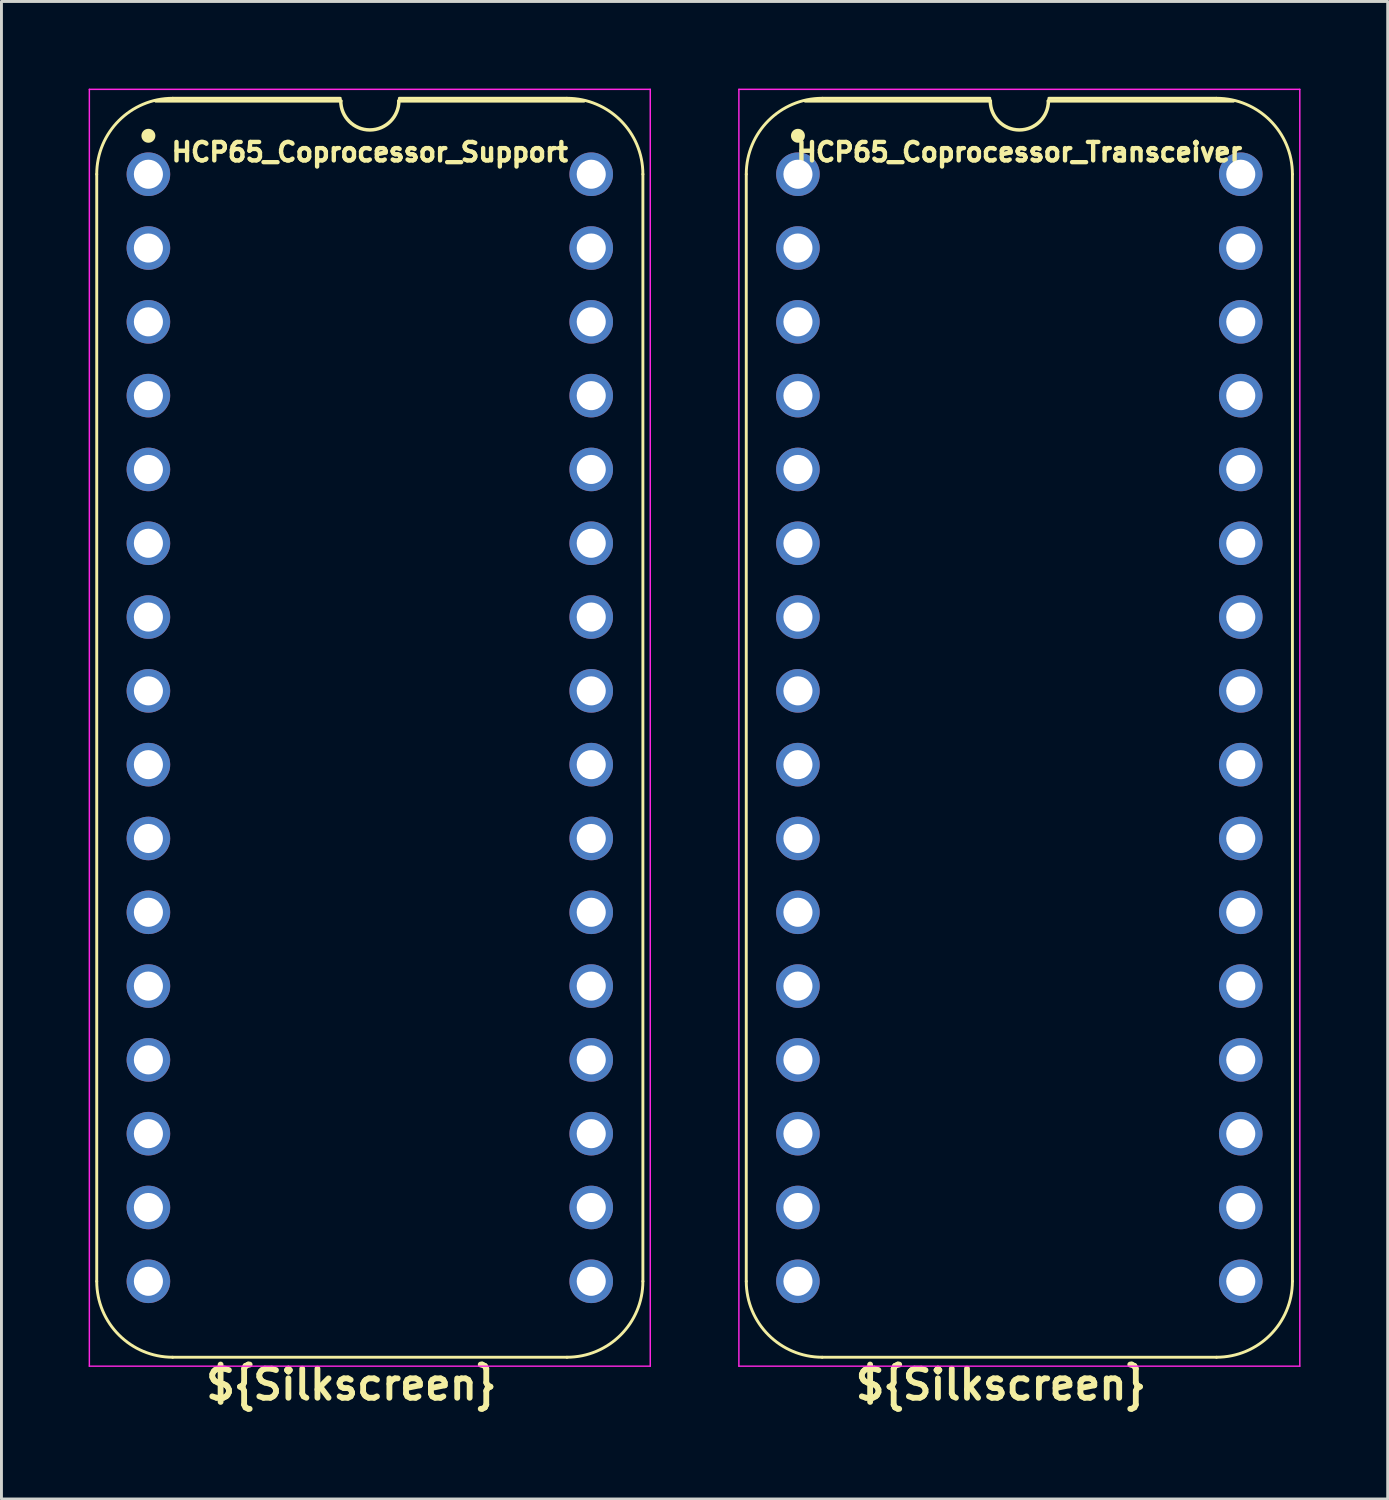
<source format=kicad_pcb>
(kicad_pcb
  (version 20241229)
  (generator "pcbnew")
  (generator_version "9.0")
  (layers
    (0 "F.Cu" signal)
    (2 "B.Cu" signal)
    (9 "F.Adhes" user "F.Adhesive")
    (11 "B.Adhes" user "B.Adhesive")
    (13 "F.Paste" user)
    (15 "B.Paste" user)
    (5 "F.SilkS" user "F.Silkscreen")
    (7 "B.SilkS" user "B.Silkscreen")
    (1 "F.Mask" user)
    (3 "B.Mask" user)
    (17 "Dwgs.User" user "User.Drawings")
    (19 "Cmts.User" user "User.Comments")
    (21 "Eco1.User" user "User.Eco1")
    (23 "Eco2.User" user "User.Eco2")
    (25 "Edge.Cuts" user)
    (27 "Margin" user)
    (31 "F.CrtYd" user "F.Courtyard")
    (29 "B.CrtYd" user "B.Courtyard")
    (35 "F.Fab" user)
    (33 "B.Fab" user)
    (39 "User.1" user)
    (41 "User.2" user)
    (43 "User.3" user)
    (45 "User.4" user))
  (footprint "HCP65_Coprocessor_Support"
    (layer "F.Cu")
    (at 2.057 2.946)
    (property "Reference" "HCP65_Coprocessor_Support" (at 7.62 -0.762 0) (layer "F.SilkS") (effects (font (size 0.635 0.635) (thickness 0.15))))
    (property "Silkscreen" "${Silkscreen}" (at 6.985 41.656 0) (layer "F.SilkS") (effects (font (size 1 1) (thickness 0.2))))
    (attr through_hole)
    (fp_line (start -1.778 38.1) (end -1.778 0) (stroke (width 0.1) (type solid)) (layer "F.SilkS"))
    (fp_line (start 0.836 -2.614) (end 6.604 -2.614) (stroke (width 0.1) (type solid)) (layer "F.SilkS"))
    (fp_line (start 6.62 -2.524) (end 0.254 -2.524) (stroke (width 0.12) (type solid)) (layer "F.SilkS"))
    (fp_line (start 8.636 -2.614) (end 14.404 -2.614) (stroke (width 0.1) (type solid)) (layer "F.SilkS"))
    (fp_line (start 14.404 40.714) (end 0.836 40.714) (stroke (width 0.1) (type solid)) (layer "F.SilkS"))
    (fp_line (start 14.986 -2.524) (end 8.62 -2.524) (stroke (width 0.12) (type solid)) (layer "F.SilkS"))
    (fp_line (start 17.018 38.1) (end 17.018 -0.000001) (stroke (width 0.1) (type solid)) (layer "F.SilkS"))
    (fp_arc (start -1.778 0) (mid -1.012456 -1.848188) (end 0.835732 -2.613732) (stroke (width 0.1) (type solid)) (layer "F.SilkS"))
    (fp_arc (start 0.835733 40.713733) (mid -1.012456 39.948189) (end -1.778 38.1) (stroke (width 0.1) (type solid)) (layer "F.SilkS"))
    (fp_arc (start 8.62 -2.524) (mid 7.62 -1.524) (end 6.62 -2.524) (stroke (width 0.12) (type solid)) (layer "F.SilkS"))
    (fp_arc (start 14.404267 -2.613733) (mid 16.252455 -1.848189) (end 17.017999 -0.000001) (stroke (width 0.1) (type solid)) (layer "F.SilkS"))
    (fp_arc (start 17.018 38.1) (mid 16.252455 39.948187) (end 14.404268 40.713732) (stroke (width 0.1) (type solid)) (layer "F.SilkS"))
    (fp_circle (center 0 -1.323) (end 0.18 -1.323) (stroke (width 0.12) (type solid)) (fill yes) (layer "F.SilkS"))
    (fp_line (start -2.032 -2.921) (end -2.032 41.021) (stroke (width 0.05) (type solid)) (layer "F.CrtYd"))
    (fp_line (start -2.032 -2.921) (end 17.272 -2.921) (stroke (width 0.05) (type solid)) (layer "F.CrtYd"))
    (fp_line (start -2.032 41.021) (end 17.272 41.021) (stroke (width 0.05) (type solid)) (layer "F.CrtYd"))
    (fp_line (start 17.272 -2.921) (end 17.272 41.021) (stroke (width 0.05) (type solid)) (layer "F.CrtYd"))
    (pad "1" thru_hole circle (at 0 0) (size 1.5 1.5) (drill 1) (layers "*.Cu" "*.Mask"))
    (pad "2" thru_hole circle (at 0 2.54) (size 1.5 1.5) (drill 1) (layers "*.Cu" "*.Mask"))
    (pad "3" thru_hole circle (at 0 5.08) (size 1.5 1.5) (drill 1) (layers "*.Cu" "*.Mask"))
    (pad "4" thru_hole circle (at 0 7.62) (size 1.5 1.5) (drill 1) (layers "*.Cu" "*.Mask"))
    (pad "5" thru_hole circle (at 0 10.16) (size 1.5 1.5) (drill 1) (layers "*.Cu" "*.Mask"))
    (pad "6" thru_hole circle (at 0 12.7) (size 1.5 1.5) (drill 1) (layers "*.Cu" "*.Mask"))
    (pad "7" thru_hole circle (at 0 15.24) (size 1.5 1.5) (drill 1) (layers "*.Cu" "*.Mask"))
    (pad "8" thru_hole circle (at 0 17.78) (size 1.5 1.5) (drill 1) (layers "*.Cu" "*.Mask"))
    (pad "9" thru_hole circle (at 0 20.32) (size 1.5 1.5) (drill 1) (layers "*.Cu" "*.Mask"))
    (pad "10" thru_hole circle (at 0 22.86) (size 1.5 1.5) (drill 1) (layers "*.Cu" "*.Mask"))
    (pad "11" thru_hole circle (at 0 25.4) (size 1.5 1.5) (drill 1) (layers "*.Cu" "*.Mask"))
    (pad "12" thru_hole circle (at 0 27.94) (size 1.5 1.5) (drill 1) (layers "*.Cu" "*.Mask"))
    (pad "13" thru_hole circle (at 0 30.48) (size 1.5 1.5) (drill 1) (layers "*.Cu" "*.Mask"))
    (pad "14" thru_hole circle (at 0 33.02) (size 1.5 1.5) (drill 1) (layers "*.Cu" "*.Mask"))
    (pad "15" thru_hole circle (at 0 35.56) (size 1.5 1.5) (drill 1) (layers "*.Cu" "*.Mask"))
    (pad "16" thru_hole circle (at 0 38.1) (size 1.5 1.5) (drill 1) (layers "*.Cu" "*.Mask"))
    (pad "17" thru_hole circle (at 15.24 38.1) (size 1.5 1.5) (drill 1) (layers "*.Cu" "*.Mask"))
    (pad "18" thru_hole circle (at 15.24 35.56) (size 1.5 1.5) (drill 1) (layers "*.Cu" "*.Mask"))
    (pad "19" thru_hole circle (at 15.24 33.02) (size 1.5 1.5) (drill 1) (layers "*.Cu" "*.Mask"))
    (pad "20" thru_hole circle (at 15.24 30.48) (size 1.5 1.5) (drill 1) (layers "*.Cu" "*.Mask"))
    (pad "21" thru_hole circle (at 15.24 27.94) (size 1.5 1.5) (drill 1) (layers "*.Cu" "*.Mask"))
    (pad "22" thru_hole circle (at 15.24 25.4) (size 1.5 1.5) (drill 1) (layers "*.Cu" "*.Mask"))
    (pad "23" thru_hole circle (at 15.24 22.86) (size 1.5 1.5) (drill 1) (layers "*.Cu" "*.Mask"))
    (pad "24" thru_hole circle (at 15.24 20.32) (size 1.5 1.5) (drill 1) (layers "*.Cu" "*.Mask"))
    (pad "25" thru_hole circle (at 15.24 17.78) (size 1.5 1.5) (drill 1) (layers "*.Cu" "*.Mask"))
    (pad "26" thru_hole circle (at 15.24 15.24) (size 1.5 1.5) (drill 1) (layers "*.Cu" "*.Mask"))
    (pad "27" thru_hole circle (at 15.24 12.7) (size 1.5 1.5) (drill 1) (layers "*.Cu" "*.Mask"))
    (pad "28" thru_hole circle (at 15.24 10.16) (size 1.5 1.5) (drill 1) (layers "*.Cu" "*.Mask"))
    (pad "29" thru_hole circle (at 15.24 7.62) (size 1.5 1.5) (drill 1) (layers "*.Cu" "*.Mask"))
    (pad "30" thru_hole circle (at 15.24 5.08) (size 1.5 1.5) (drill 1) (layers "*.Cu" "*.Mask"))
    (pad "31" thru_hole circle (at 15.24 2.54) (size 1.5 1.5) (drill 1) (layers "*.Cu" "*.Mask"))
    (pad "32" thru_hole circle (at 15.24 0) (size 1.5 1.5) (drill 1) (layers "*.Cu" "*.Mask")))
  (footprint "HCP65_Coprocessor_Transceiver"
    (layer "F.Cu")
    (at 24.411 2.946)
    (property "Reference" "HCP65_Coprocessor_Transceiver" (at 7.62 -0.762 0) (layer "F.SilkS") (effects (font (size 0.635 0.635) (thickness 0.15))))
    (property "Silkscreen" "${Silkscreen}" (at 6.985 41.656 0) (layer "F.SilkS") (effects (font (size 1 1) (thickness 0.2))))
    (attr through_hole)
    (fp_line (start -1.778 38.1) (end -1.778 0) (stroke (width 0.1) (type solid)) (layer "F.SilkS"))
    (fp_line (start 0.836 -2.614) (end 6.604 -2.614) (stroke (width 0.1) (type solid)) (layer "F.SilkS"))
    (fp_line (start 6.62 -2.524) (end 0.254 -2.524) (stroke (width 0.12) (type solid)) (layer "F.SilkS"))
    (fp_line (start 8.636 -2.614) (end 14.404 -2.614) (stroke (width 0.1) (type solid)) (layer "F.SilkS"))
    (fp_line (start 14.404 40.714) (end 0.836 40.714) (stroke (width 0.1) (type solid)) (layer "F.SilkS"))
    (fp_line (start 14.986 -2.524) (end 8.62 -2.524) (stroke (width 0.12) (type solid)) (layer "F.SilkS"))
    (fp_line (start 17.018 38.1) (end 17.018 -0.000001) (stroke (width 0.1) (type solid)) (layer "F.SilkS"))
    (fp_arc (start -1.778 0) (mid -1.012456 -1.848188) (end 0.835732 -2.613732) (stroke (width 0.1) (type solid)) (layer "F.SilkS"))
    (fp_arc (start 0.835733 40.713733) (mid -1.012456 39.948189) (end -1.778 38.1) (stroke (width 0.1) (type solid)) (layer "F.SilkS"))
    (fp_arc (start 8.62 -2.524) (mid 7.62 -1.524) (end 6.62 -2.524) (stroke (width 0.12) (type solid)) (layer "F.SilkS"))
    (fp_arc (start 14.404267 -2.613733) (mid 16.252455 -1.848189) (end 17.017999 -0.000001) (stroke (width 0.1) (type solid)) (layer "F.SilkS"))
    (fp_arc (start 17.018 38.1) (mid 16.252455 39.948187) (end 14.404268 40.713732) (stroke (width 0.1) (type solid)) (layer "F.SilkS"))
    (fp_circle (center 0 -1.323) (end 0.18 -1.323) (stroke (width 0.12) (type solid)) (fill yes) (layer "F.SilkS"))
    (fp_line (start -2.032 -2.921) (end -2.032 41.021) (stroke (width 0.05) (type solid)) (layer "F.CrtYd"))
    (fp_line (start -2.032 -2.921) (end 17.272 -2.921) (stroke (width 0.05) (type solid)) (layer "F.CrtYd"))
    (fp_line (start -2.032 41.021) (end 17.272 41.021) (stroke (width 0.05) (type solid)) (layer "F.CrtYd"))
    (fp_line (start 17.272 -2.921) (end 17.272 41.021) (stroke (width 0.05) (type solid)) (layer "F.CrtYd"))
    (pad "1" thru_hole circle (at 0 0) (size 1.5 1.5) (drill 1) (layers "*.Cu" "*.Mask"))
    (pad "2" thru_hole circle (at 0 2.54) (size 1.5 1.5) (drill 1) (layers "*.Cu" "*.Mask"))
    (pad "3" thru_hole circle (at 0 5.08) (size 1.5 1.5) (drill 1) (layers "*.Cu" "*.Mask"))
    (pad "4" thru_hole circle (at 0 7.62) (size 1.5 1.5) (drill 1) (layers "*.Cu" "*.Mask"))
    (pad "5" thru_hole circle (at 0 10.16) (size 1.5 1.5) (drill 1) (layers "*.Cu" "*.Mask"))
    (pad "6" thru_hole circle (at 0 12.7) (size 1.5 1.5) (drill 1) (layers "*.Cu" "*.Mask"))
    (pad "7" thru_hole circle (at 0 15.24) (size 1.5 1.5) (drill 1) (layers "*.Cu" "*.Mask"))
    (pad "8" thru_hole circle (at 0 17.78) (size 1.5 1.5) (drill 1) (layers "*.Cu" "*.Mask"))
    (pad "9" thru_hole circle (at 0 20.32) (size 1.5 1.5) (drill 1) (layers "*.Cu" "*.Mask"))
    (pad "10" thru_hole circle (at 0 22.86) (size 1.5 1.5) (drill 1) (layers "*.Cu" "*.Mask"))
    (pad "11" thru_hole circle (at 0 25.4) (size 1.5 1.5) (drill 1) (layers "*.Cu" "*.Mask"))
    (pad "12" thru_hole circle (at 0 27.94) (size 1.5 1.5) (drill 1) (layers "*.Cu" "*.Mask"))
    (pad "13" thru_hole circle (at 0 30.48) (size 1.5 1.5) (drill 1) (layers "*.Cu" "*.Mask"))
    (pad "14" thru_hole circle (at 0 33.02) (size 1.5 1.5) (drill 1) (layers "*.Cu" "*.Mask"))
    (pad "15" thru_hole circle (at 0 35.56) (size 1.5 1.5) (drill 1) (layers "*.Cu" "*.Mask"))
    (pad "16" thru_hole circle (at 0 38.1) (size 1.5 1.5) (drill 1) (layers "*.Cu" "*.Mask"))
    (pad "17" thru_hole circle (at 15.24 38.1) (size 1.5 1.5) (drill 1) (layers "*.Cu" "*.Mask"))
    (pad "18" thru_hole circle (at 15.24 35.56) (size 1.5 1.5) (drill 1) (layers "*.Cu" "*.Mask"))
    (pad "19" thru_hole circle (at 15.24 33.02) (size 1.5 1.5) (drill 1) (layers "*.Cu" "*.Mask"))
    (pad "20" thru_hole circle (at 15.24 30.48) (size 1.5 1.5) (drill 1) (layers "*.Cu" "*.Mask"))
    (pad "21" thru_hole circle (at 15.24 27.94) (size 1.5 1.5) (drill 1) (layers "*.Cu" "*.Mask"))
    (pad "22" thru_hole circle (at 15.24 25.4) (size 1.5 1.5) (drill 1) (layers "*.Cu" "*.Mask"))
    (pad "23" thru_hole circle (at 15.24 22.86) (size 1.5 1.5) (drill 1) (layers "*.Cu" "*.Mask"))
    (pad "24" thru_hole circle (at 15.24 20.32) (size 1.5 1.5) (drill 1) (layers "*.Cu" "*.Mask"))
    (pad "25" thru_hole circle (at 15.24 17.78) (size 1.5 1.5) (drill 1) (layers "*.Cu" "*.Mask"))
    (pad "26" thru_hole circle (at 15.24 15.24) (size 1.5 1.5) (drill 1) (layers "*.Cu" "*.Mask"))
    (pad "27" thru_hole circle (at 15.24 12.7) (size 1.5 1.5) (drill 1) (layers "*.Cu" "*.Mask"))
    (pad "28" thru_hole circle (at 15.24 10.16) (size 1.5 1.5) (drill 1) (layers "*.Cu" "*.Mask"))
    (pad "29" thru_hole circle (at 15.24 7.62) (size 1.5 1.5) (drill 1) (layers "*.Cu" "*.Mask"))
    (pad "30" thru_hole circle (at 15.24 5.08) (size 1.5 1.5) (drill 1) (layers "*.Cu" "*.Mask"))
    (pad "31" thru_hole circle (at 15.24 2.54) (size 1.5 1.5) (drill 1) (layers "*.Cu" "*.Mask"))
    (pad "32" thru_hole circle (at 15.24 0) (size 1.5 1.5) (drill 1) (layers "*.Cu" "*.Mask")))
  (gr_rect
    (start -3 -3)
    (end 44.708 48.538)
    (stroke (width 0.1) (type default))
    (fill no)
    (layer "Edge.Cuts")))
</source>
